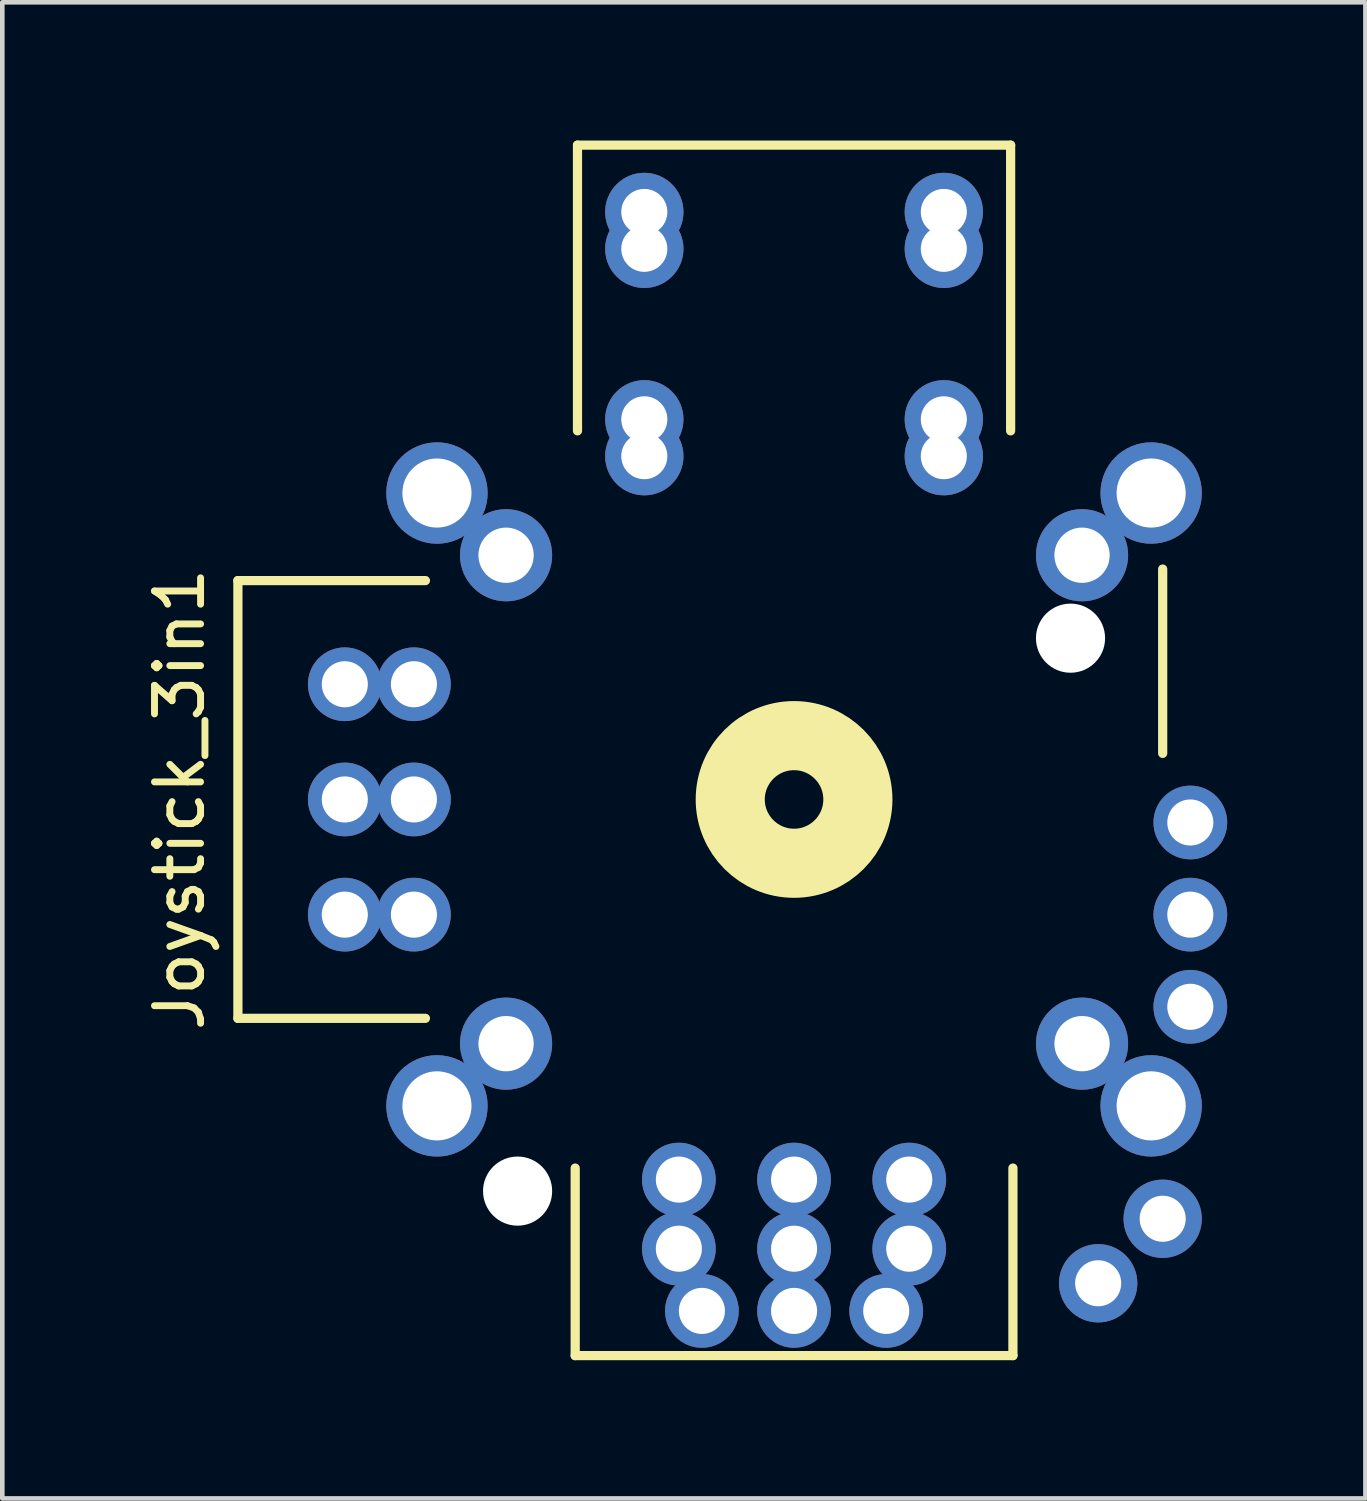
<source format=kicad_pcb>
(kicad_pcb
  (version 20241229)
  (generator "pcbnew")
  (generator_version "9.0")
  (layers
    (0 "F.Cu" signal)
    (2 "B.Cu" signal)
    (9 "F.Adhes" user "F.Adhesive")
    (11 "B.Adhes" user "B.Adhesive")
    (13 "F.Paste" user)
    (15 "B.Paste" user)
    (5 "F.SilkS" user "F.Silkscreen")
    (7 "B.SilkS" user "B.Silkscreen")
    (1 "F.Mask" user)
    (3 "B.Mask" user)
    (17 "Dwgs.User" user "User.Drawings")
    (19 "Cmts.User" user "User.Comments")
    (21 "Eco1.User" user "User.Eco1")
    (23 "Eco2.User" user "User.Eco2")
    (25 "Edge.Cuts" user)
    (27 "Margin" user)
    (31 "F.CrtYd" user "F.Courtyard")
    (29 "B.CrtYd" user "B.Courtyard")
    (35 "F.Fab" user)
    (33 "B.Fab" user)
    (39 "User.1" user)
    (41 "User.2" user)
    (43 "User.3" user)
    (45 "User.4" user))
  (footprint "Joystick_3in1"
    (layer "F.Cu")
    (at 14.183 14.3)
    (property "Reference" "Joystick_3in1" (at -13.335 0 90) (layer "F.SilkS") (effects (font (size 1 1) (thickness 0.15))))
    (attr exclude_from_pos_files exclude_from_bom)
    (fp_line (start -12.07 -4.75) (end -12.07 4.75) (stroke (width 0.2) (type solid)) (layer "F.SilkS"))
    (fp_line (start -12.07 -4.75) (end -8 -4.75) (stroke (width 0.2) (type solid)) (layer "F.SilkS"))
    (fp_line (start -12.07 4.75) (end -8 4.75) (stroke (width 0.2) (type solid)) (layer "F.SilkS"))
    (fp_line (start -4.75 8) (end -4.75 12.07) (stroke (width 0.2) (type solid)) (layer "F.SilkS"))
    (fp_line (start -4.75 12.07) (end 4.75 12.07) (stroke (width 0.2) (type solid)) (layer "F.SilkS"))
    (fp_line (start -4.7 -14.2) (end -4.7 -8) (stroke (width 0.2) (type solid)) (layer "F.SilkS"))
    (fp_line (start 4.7 -14.2) (end -4.7 -14.2) (stroke (width 0.2) (type solid)) (layer "F.SilkS"))
    (fp_line (start 4.7 -14.2) (end 4.7 -8) (stroke (width 0.2) (type solid)) (layer "F.SilkS"))
    (fp_line (start 4.75 8) (end 4.75 12.07) (stroke (width 0.2) (type solid)) (layer "F.SilkS"))
    (fp_line (start 8 -5) (end 8 -1) (stroke (width 0.2) (type solid)) (layer "F.SilkS"))
    (fp_circle (center 0 0) (end 0 -0.635) (stroke (width 1.5) (type solid)) (fill no) (layer "F.SilkS"))
    (pad "" np_thru_hole circle (at -6 8.5) (size 1.5 1.5) (drill 1.5) (layers "*.Cu" "*.Mask"))
    (pad "" np_thru_hole circle (at 6 -3.5) (size 1.5 1.5) (drill 1.5) (layers "*.Cu" "*.Mask"))
    (pad "1" thru_hole circle (at -9.75 -2.5) (size 1.6 1.6) (drill 1) (layers "*.Cu" "*.Mask"))
    (pad "1" thru_hole circle (at -8.25 -2.5) (size 1.6 1.6) (drill 1) (layers "*.Cu" "*.Mask"))
    (pad "1" thru_hole circle (at 8.6 4.5) (size 1.6 1.6) (drill 1) (layers "*.Cu" "*.Mask"))
    (pad "2" thru_hole circle (at -9.75 0) (size 1.6 1.6) (drill 1) (layers "*.Cu" "*.Mask"))
    (pad "2" thru_hole circle (at -8.25 0) (size 1.6 1.6) (drill 1) (layers "*.Cu" "*.Mask"))
    (pad "2" thru_hole circle (at 8.6 2.5) (size 1.6 1.6) (drill 1) (layers "*.Cu" "*.Mask"))
    (pad "3" thru_hole circle (at -9.75 2.5) (size 1.6 1.6) (drill 1) (layers "*.Cu" "*.Mask"))
    (pad "3" thru_hole circle (at -8.25 2.5) (size 1.6 1.6) (drill 1) (layers "*.Cu" "*.Mask"))
    (pad "3" thru_hole circle (at 8.6 0.5) (size 1.6 1.6) (drill 1) (layers "*.Cu" "*.Mask"))
    (pad "4" thru_hole circle (at -2.5 8.25) (size 1.6 1.6) (drill 1) (layers "*.Cu" "*.Mask"))
    (pad "4" thru_hole circle (at -2.5 9.75) (size 1.6 1.6) (drill 1) (layers "*.Cu" "*.Mask"))
    (pad "4" thru_hole circle (at -2 11.1) (size 1.6 1.6) (drill 1) (layers "*.Cu" "*.Mask"))
    (pad "5" thru_hole circle (at 0 8.25) (size 1.6 1.6) (drill 1) (layers "*.Cu" "*.Mask"))
    (pad "5" thru_hole circle (at 0 9.75) (size 1.6 1.6) (drill 1) (layers "*.Cu" "*.Mask"))
    (pad "5" thru_hole circle (at 0 11.1) (size 1.6 1.6) (drill 1) (layers "*.Cu" "*.Mask"))
    (pad "6" thru_hole circle (at 2 11.1) (size 1.6 1.6) (drill 1) (layers "*.Cu" "*.Mask"))
    (pad "6" thru_hole circle (at 2.5 8.25) (size 1.6 1.6) (drill 1) (layers "*.Cu" "*.Mask"))
    (pad "6" thru_hole circle (at 2.5 9.75) (size 1.6 1.6) (drill 1) (layers "*.Cu" "*.Mask"))
    (pad "7" thru_hole circle (at -3.25 -12.75) (size 1.7 1.7) (drill 1) (layers "*.Cu" "*.Mask"))
    (pad "7" thru_hole circle (at -3.25 -11.95) (size 1.7 1.7) (drill 1) (layers "*.Cu" "*.Mask"))
    (pad "7" thru_hole circle (at 3.25 -12.75) (size 1.7 1.7) (drill 1) (layers "*.Cu" "*.Mask"))
    (pad "7" thru_hole circle (at 3.25 -11.95) (size 1.7 1.7) (drill 1) (layers "*.Cu" "*.Mask"))
    (pad "7" thru_hole circle (at 6.6 10.5) (size 1.7 1.7) (drill 1) (layers "*.Cu" "*.Mask"))
    (pad "8" thru_hole circle (at -3.25 -8.25) (size 1.7 1.7) (drill 1) (layers "*.Cu" "*.Mask"))
    (pad "8" thru_hole circle (at -3.25 -7.45) (size 1.7 1.7) (drill 1) (layers "*.Cu" "*.Mask"))
    (pad "8" thru_hole circle (at 3.25 -8.25) (size 1.7 1.7) (drill 1) (layers "*.Cu" "*.Mask"))
    (pad "8" thru_hole circle (at 3.25 -7.45) (size 1.7 1.7) (drill 1) (layers "*.Cu" "*.Mask"))
    (pad "8" thru_hole circle (at 8 9.1) (size 1.7 1.7) (drill 1) (layers "*.Cu" "*.Mask"))
    (pad "9" thru_hole circle (at -7.75 -6.65) (size 2.2 2.2) (drill 1.5) (layers "*.Cu" "*.Mask"))
    (pad "9" thru_hole circle (at -7.75 6.65) (size 2.2 2.2) (drill 1.5) (layers "*.Cu" "*.Mask"))
    (pad "9" thru_hole circle (at -6.25 -5.3) (size 2 2) (drill 1.2) (layers "*.Cu" "*.Mask"))
    (pad "9" thru_hole circle (at -6.25 5.3) (size 2 2) (drill 1.2) (layers "*.Cu" "*.Mask"))
    (pad "9" thru_hole circle (at 6.25 -5.3) (size 2 2) (drill 1.2) (layers "*.Cu" "*.Mask"))
    (pad "9" thru_hole circle (at 6.25 5.3) (size 2 2) (drill 1.2) (layers "*.Cu" "*.Mask"))
    (pad "9" thru_hole circle (at 7.75 -6.65) (size 2.2 2.2) (drill 1.5) (layers "*.Cu" "*.Mask"))
    (pad "9" thru_hole circle (at 7.75 6.65) (size 2.2 2.2) (drill 1.5) (layers "*.Cu" "*.Mask")))
  (gr_rect
    (start -3 -3)
    (end 26.583 29.47)
    (stroke (width 0.1) (type default))
    (fill no)
    (layer "Edge.Cuts")))
</source>
